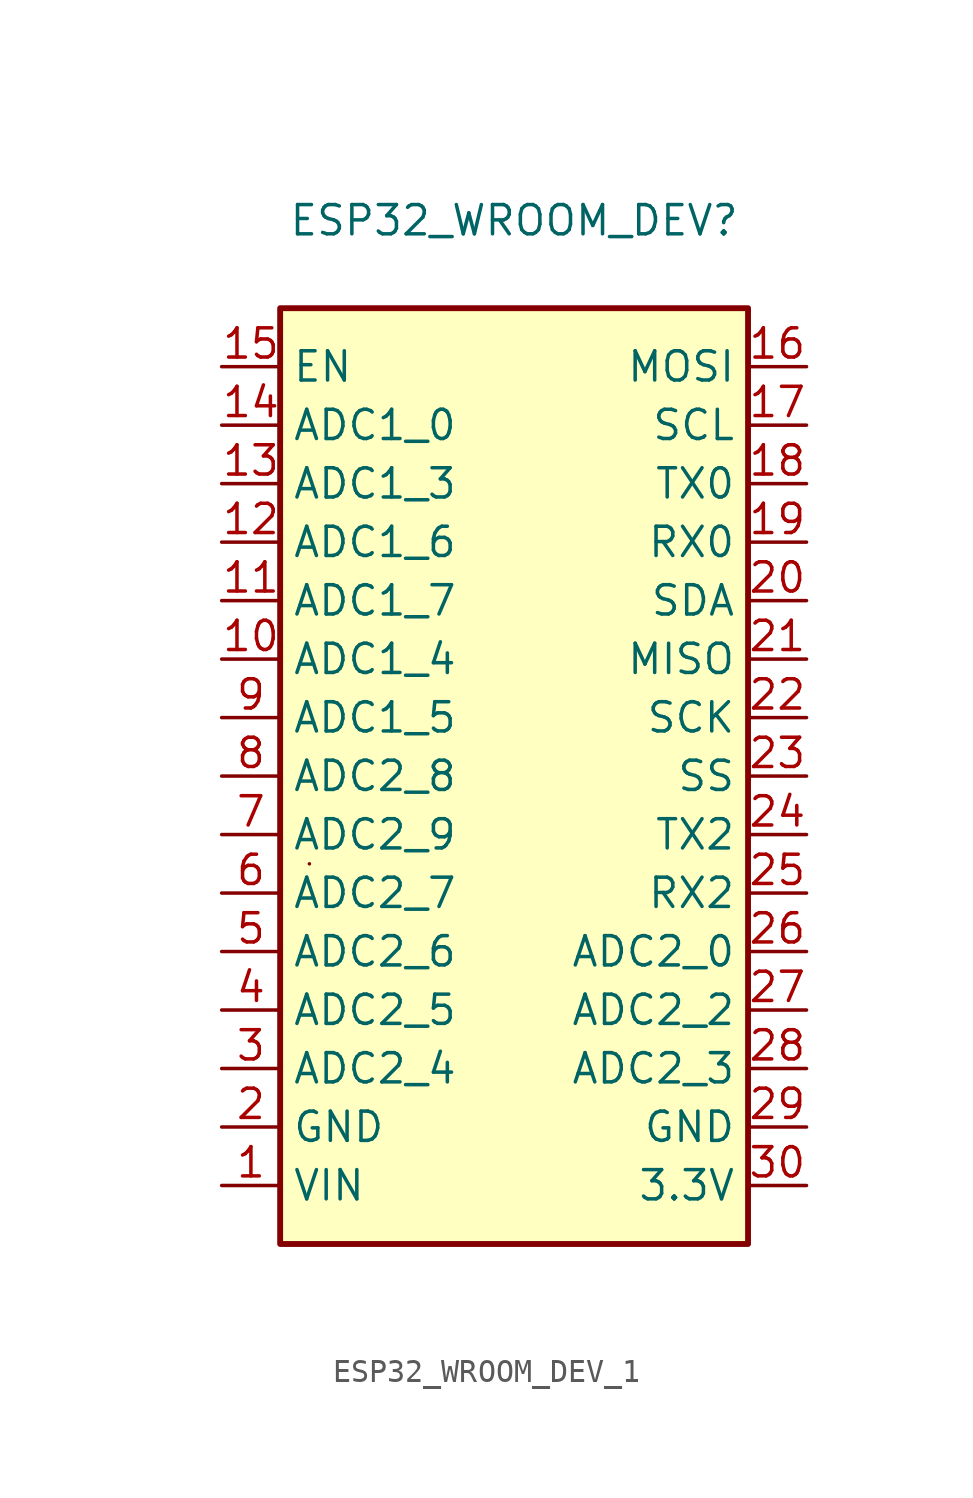
<source format=kicad_sym>
(kicad_symbol_lib
  (version 20220914)
  (generator kicad_symbol_editor)
  (symbol "ESP32_WROOM_DEV_1"
    (property "Reference" "ESP32_WROOM_DEV"
      (at 24.13 -8.89 0)
      (effects (font (size 1.27 1.27))))
    (property "Value" ""
      (at 8.89 -35.56 0)
      (effects (font (size 1.27 1.27))))
    (symbol "ESP32_WROOM_DEV_1_0_1"
      (rectangle (start 13.97 -12.7) (end 34.29 -53.34) (stroke (width 0.254) (type default)) (fill (type background)))
      (rectangle (start 15.24 -36.83) (end 15.24 -36.83) (stroke (width 0) (type default)) (fill (type none))))
    (symbol "ESP32_WROOM_DEV_1_1_1"
      (pin power_in line (at 11.43 -50.8 0) (length 2.54) (name "VIN" (effects (font (size 1.27 1.27)))) (number "1" (effects (font (size 1.27 1.27)))))
      (pin bidirectional line (at 11.43 -27.94 0) (length 2.54) (name "ADC1_4" (effects (font (size 1.27 1.27)))) (number "10" (effects (font (size 1.27 1.27)))))
      (pin bidirectional line (at 11.43 -25.4 0) (length 2.54) (name "ADC1_7" (effects (font (size 1.27 1.27)))) (number "11" (effects (font (size 1.27 1.27)))))
      (pin bidirectional line (at 11.43 -22.86 0) (length 2.54) (name "ADC1_6" (effects (font (size 1.27 1.27)))) (number "12" (effects (font (size 1.27 1.27)))))
      (pin bidirectional line (at 11.43 -20.32 0) (length 2.54) (name "ADC1_3" (effects (font (size 1.27 1.27)))) (number "13" (effects (font (size 1.27 1.27)))))
      (pin bidirectional line (at 11.43 -17.78 0) (length 2.54) (name "ADC1_0" (effects (font (size 1.27 1.27)))) (number "14" (effects (font (size 1.27 1.27)))))
      (pin power_in line (at 11.43 -15.24 0) (length 2.54) (name "EN" (effects (font (size 1.27 1.27)))) (number "15" (effects (font (size 1.27 1.27)))))
      (pin bidirectional line (at 36.83 -15.24 180) (length 2.54) (name "MOSI" (effects (font (size 1.27 1.27)))) (number "16" (effects (font (size 1.27 1.27)))))
      (pin bidirectional line (at 36.83 -17.78 180) (length 2.54) (name "SCL" (effects (font (size 1.27 1.27)))) (number "17" (effects (font (size 1.27 1.27)))))
      (pin bidirectional line (at 36.83 -20.32 180) (length 2.54) (name "TX0" (effects (font (size 1.27 1.27)))) (number "18" (effects (font (size 1.27 1.27)))))
      (pin bidirectional line (at 36.83 -22.86 180) (length 2.54) (name "RX0" (effects (font (size 1.27 1.27)))) (number "19" (effects (font (size 1.27 1.27)))))
      (pin power_in line (at 11.43 -48.26 0) (length 2.54) (name "GND" (effects (font (size 1.27 1.27)))) (number "2" (effects (font (size 1.27 1.27)))))
      (pin bidirectional line (at 36.83 -25.4 180) (length 2.54) (name "SDA" (effects (font (size 1.27 1.27)))) (number "20" (effects (font (size 1.27 1.27)))))
      (pin bidirectional line (at 36.83 -27.94 180) (length 2.54) (name "MISO" (effects (font (size 1.27 1.27)))) (number "21" (effects (font (size 1.27 1.27)))))
      (pin bidirectional line (at 36.83 -30.48 180) (length 2.54) (name "SCK" (effects (font (size 1.27 1.27)))) (number "22" (effects (font (size 1.27 1.27)))))
      (pin bidirectional line (at 36.83 -33.02 180) (length 2.54) (name "SS" (effects (font (size 1.27 1.27)))) (number "23" (effects (font (size 1.27 1.27)))))
      (pin bidirectional line (at 36.83 -35.56 180) (length 2.54) (name "TX2" (effects (font (size 1.27 1.27)))) (number "24" (effects (font (size 1.27 1.27)))))
      (pin bidirectional line (at 36.83 -38.1 180) (length 2.54) (name "RX2" (effects (font (size 1.27 1.27)))) (number "25" (effects (font (size 1.27 1.27)))))
      (pin bidirectional line (at 36.83 -40.64 180) (length 2.54) (name "ADC2_0" (effects (font (size 1.27 1.27)))) (number "26" (effects (font (size 1.27 1.27)))))
      (pin bidirectional line (at 36.83 -43.18 180) (length 2.54) (name "ADC2_2" (effects (font (size 1.27 1.27)))) (number "27" (effects (font (size 1.27 1.27)))))
      (pin bidirectional line (at 36.83 -45.72 180) (length 2.54) (name "ADC2_3" (effects (font (size 1.27 1.27)))) (number "28" (effects (font (size 1.27 1.27)))))
      (pin power_in line (at 36.83 -48.26 180) (length 2.54) (name "GND" (effects (font (size 1.27 1.27)))) (number "29" (effects (font (size 1.27 1.27)))))
      (pin bidirectional line (at 11.43 -45.72 0) (length 2.54) (name "ADC2_4" (effects (font (size 1.27 1.27)))) (number "3" (effects (font (size 1.27 1.27)))))
      (pin power_in line (at 36.83 -50.8 180) (length 2.54) (name "3.3V" (effects (font (size 1.27 1.27)))) (number "30" (effects (font (size 1.27 1.27)))))
      (pin bidirectional line (at 11.43 -43.18 0) (length 2.54) (name "ADC2_5" (effects (font (size 1.27 1.27)))) (number "4" (effects (font (size 1.27 1.27)))))
      (pin bidirectional line (at 11.43 -40.64 0) (length 2.54) (name "ADC2_6" (effects (font (size 1.27 1.27)))) (number "5" (effects (font (size 1.27 1.27)))))
      (pin bidirectional line (at 11.43 -38.1 0) (length 2.54) (name "ADC2_7" (effects (font (size 1.27 1.27)))) (number "6" (effects (font (size 1.27 1.27)))))
      (pin bidirectional line (at 11.43 -35.56 0) (length 2.54) (name "ADC2_9" (effects (font (size 1.27 1.27)))) (number "7" (effects (font (size 1.27 1.27)))))
      (pin bidirectional line (at 11.43 -33.02 0) (length 2.54) (name "ADC2_8" (effects (font (size 1.27 1.27)))) (number "8" (effects (font (size 1.27 1.27)))))
      (pin bidirectional line (at 11.43 -30.48 0) (length 2.54) (name "ADC1_5" (effects (font (size 1.27 1.27)))) (number "9" (effects (font (size 1.27 1.27))))))))
</source>
